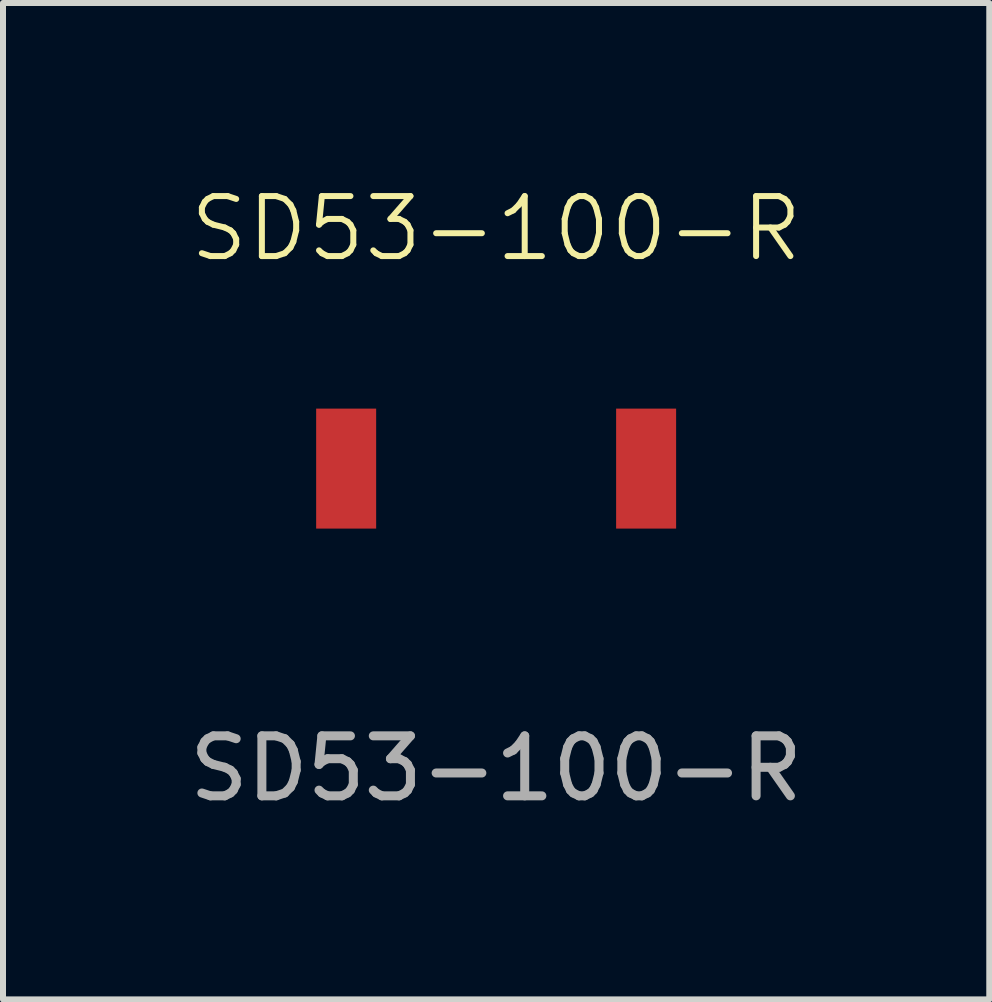
<source format=kicad_pcb>
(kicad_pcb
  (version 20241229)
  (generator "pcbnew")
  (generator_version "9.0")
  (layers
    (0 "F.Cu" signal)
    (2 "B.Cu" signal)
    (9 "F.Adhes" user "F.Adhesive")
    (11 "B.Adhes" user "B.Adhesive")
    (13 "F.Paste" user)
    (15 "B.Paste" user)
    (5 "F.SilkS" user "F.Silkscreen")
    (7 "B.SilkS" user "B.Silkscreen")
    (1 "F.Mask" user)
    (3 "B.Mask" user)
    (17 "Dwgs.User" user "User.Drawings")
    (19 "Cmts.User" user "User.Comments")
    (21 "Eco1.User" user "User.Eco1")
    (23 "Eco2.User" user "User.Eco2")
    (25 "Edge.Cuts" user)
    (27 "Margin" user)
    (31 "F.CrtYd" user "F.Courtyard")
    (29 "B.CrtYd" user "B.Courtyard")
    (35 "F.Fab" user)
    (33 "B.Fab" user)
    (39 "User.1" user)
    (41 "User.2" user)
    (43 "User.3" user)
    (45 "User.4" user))
  (footprint "SD53-100-R"
    (layer "F.Cu")
    (at 5.22 4.761)
    (property "Reference" "SD53-100-R" (at 0 -4 0) (unlocked yes) (layer "F.SilkS") (effects (font (size 1 1) (thickness 0.1))))
    (attr smd)
    (fp_text user "${REFERENCE}" (at 0 5 0) (unlocked yes) (layer "F.Fab") (effects (font (size 1 1) (thickness 0.15))))
    (pad "1" smd rect (at -2.5 0) (size 1 2) (layers "F.Cu" "F.Mask" "F.Paste"))
    (pad "2" smd rect (at 2.5 0) (size 1 2) (layers "F.Cu" "F.Mask" "F.Paste")))
  (gr_rect
    (start -3 -3)
    (end 13.44 13.609)
    (stroke (width 0.1) (type default))
    (fill no)
    (layer "Edge.Cuts")))
</source>
